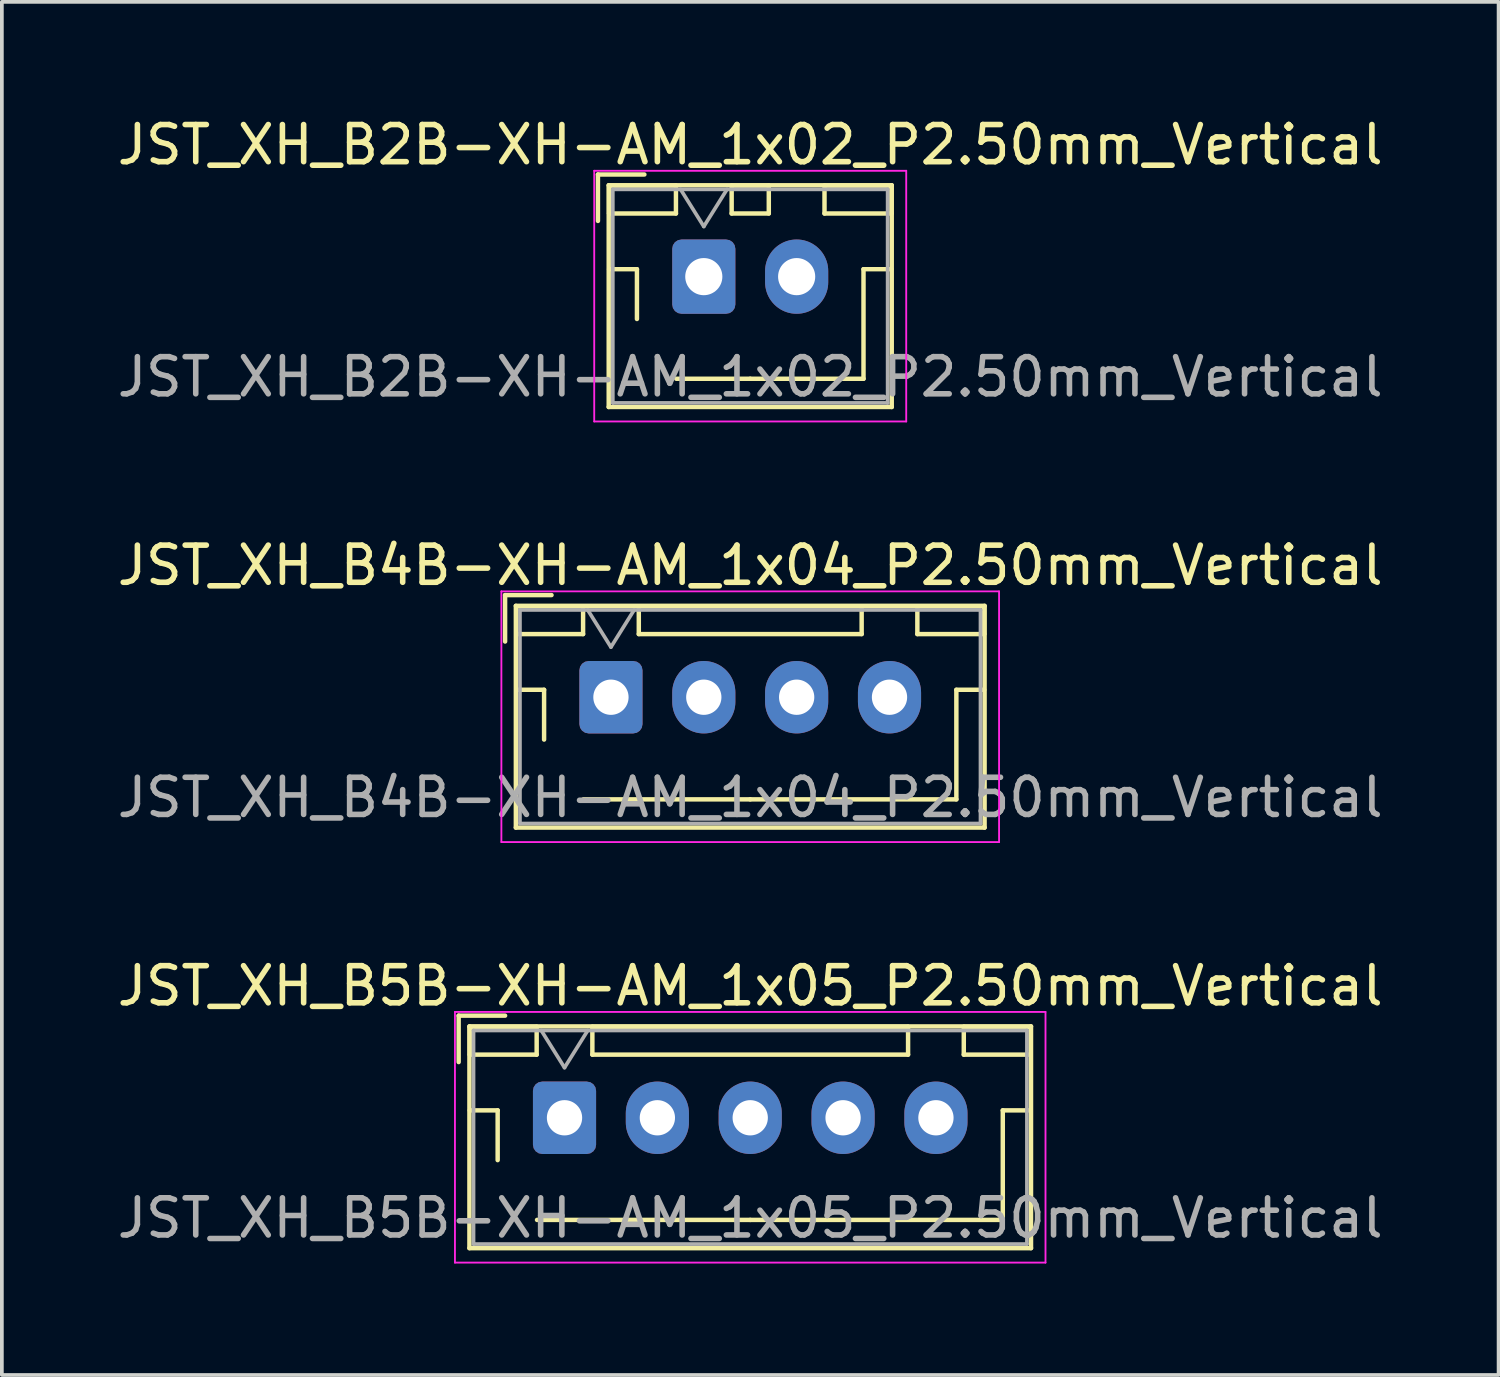
<source format=kicad_pcb>
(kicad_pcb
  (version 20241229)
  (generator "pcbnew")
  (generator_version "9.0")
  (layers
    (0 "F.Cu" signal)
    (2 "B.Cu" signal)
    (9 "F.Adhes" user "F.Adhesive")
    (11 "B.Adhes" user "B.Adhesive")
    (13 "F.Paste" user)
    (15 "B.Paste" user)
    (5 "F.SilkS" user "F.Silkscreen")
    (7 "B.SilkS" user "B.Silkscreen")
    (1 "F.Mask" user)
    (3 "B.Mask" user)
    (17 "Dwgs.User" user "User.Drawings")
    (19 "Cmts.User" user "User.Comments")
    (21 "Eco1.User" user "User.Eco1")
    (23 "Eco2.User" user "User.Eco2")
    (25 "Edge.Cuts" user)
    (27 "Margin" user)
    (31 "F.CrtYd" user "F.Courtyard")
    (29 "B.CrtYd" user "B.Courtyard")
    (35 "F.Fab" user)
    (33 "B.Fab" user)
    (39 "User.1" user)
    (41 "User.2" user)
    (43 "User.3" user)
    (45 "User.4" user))
  (footprint "JST_XH_B2B-XH-AM_1x02_P2.50mm_Vertical"
    (layer "F.Cu")
    (at 15.899 4.398)
    (property "Reference" "JST_XH_B2B-XH-AM_1x02_P2.50mm_Vertical" (at 1.25 -3.55 0) (layer "F.SilkS") (effects (font (size 1 1) (thickness 0.15))))
    (attr through_hole)
    (fp_line (start -2.85 -2.75) (end -2.85 -1.5) (stroke (width 0.12) (type solid)) (layer "F.SilkS"))
    (fp_line (start -2.56 -2.46) (end -2.56 3.51) (stroke (width 0.12) (type solid)) (layer "F.SilkS"))
    (fp_line (start -2.56 3.51) (end 5.06 3.51) (stroke (width 0.12) (type solid)) (layer "F.SilkS"))
    (fp_line (start -2.55 -2.45) (end -2.55 -1.7) (stroke (width 0.12) (type solid)) (layer "F.SilkS"))
    (fp_line (start -2.55 -1.7) (end -0.75 -1.7) (stroke (width 0.12) (type solid)) (layer "F.SilkS"))
    (fp_line (start -2.55 -0.2) (end -1.8 -0.2) (stroke (width 0.12) (type solid)) (layer "F.SilkS"))
    (fp_line (start -1.8 -0.2) (end -1.8 1.14) (stroke (width 0.12) (type solid)) (layer "F.SilkS"))
    (fp_line (start -1.6 -2.75) (end -2.85 -2.75) (stroke (width 0.12) (type solid)) (layer "F.SilkS"))
    (fp_line (start -0.75 -2.45) (end -2.55 -2.45) (stroke (width 0.12) (type solid)) (layer "F.SilkS"))
    (fp_line (start -0.75 -1.7) (end -0.75 -2.45) (stroke (width 0.12) (type solid)) (layer "F.SilkS"))
    (fp_line (start 0.75 -2.45) (end 0.75 -1.7) (stroke (width 0.12) (type solid)) (layer "F.SilkS"))
    (fp_line (start 0.75 -1.7) (end 1.75 -1.7) (stroke (width 0.12) (type solid)) (layer "F.SilkS"))
    (fp_line (start 1.25 2.75) (end -0.74 2.75) (stroke (width 0.12) (type solid)) (layer "F.SilkS"))
    (fp_line (start 1.75 -2.45) (end 0.75 -2.45) (stroke (width 0.12) (type solid)) (layer "F.SilkS"))
    (fp_line (start 1.75 -1.7) (end 1.75 -2.45) (stroke (width 0.12) (type solid)) (layer "F.SilkS"))
    (fp_line (start 3.25 -2.45) (end 3.25 -1.7) (stroke (width 0.12) (type solid)) (layer "F.SilkS"))
    (fp_line (start 3.25 -1.7) (end 5.05 -1.7) (stroke (width 0.12) (type solid)) (layer "F.SilkS"))
    (fp_line (start 4.3 -0.2) (end 4.3 2.75) (stroke (width 0.12) (type solid)) (layer "F.SilkS"))
    (fp_line (start 4.3 2.75) (end 1.25 2.75) (stroke (width 0.12) (type solid)) (layer "F.SilkS"))
    (fp_line (start 5.05 -2.45) (end 3.25 -2.45) (stroke (width 0.12) (type solid)) (layer "F.SilkS"))
    (fp_line (start 5.05 -1.7) (end 5.05 -2.45) (stroke (width 0.12) (type solid)) (layer "F.SilkS"))
    (fp_line (start 5.05 -0.2) (end 4.3 -0.2) (stroke (width 0.12) (type solid)) (layer "F.SilkS"))
    (fp_line (start 5.06 -2.46) (end -2.56 -2.46) (stroke (width 0.12) (type solid)) (layer "F.SilkS"))
    (fp_line (start 5.06 3.51) (end 5.06 -2.46) (stroke (width 0.12) (type solid)) (layer "F.SilkS"))
    (fp_line (start -2.95 -2.85) (end -2.95 3.9) (stroke (width 0.05) (type solid)) (layer "F.CrtYd"))
    (fp_line (start -2.95 3.9) (end 5.45 3.9) (stroke (width 0.05) (type solid)) (layer "F.CrtYd"))
    (fp_line (start 5.45 -2.85) (end -2.95 -2.85) (stroke (width 0.05) (type solid)) (layer "F.CrtYd"))
    (fp_line (start 5.45 3.9) (end 5.45 -2.85) (stroke (width 0.05) (type solid)) (layer "F.CrtYd"))
    (fp_line (start -2.45 -2.35) (end -2.45 3.4) (stroke (width 0.1) (type solid)) (layer "F.Fab"))
    (fp_line (start -2.45 3.4) (end 4.95 3.4) (stroke (width 0.1) (type solid)) (layer "F.Fab"))
    (fp_line (start -0.625 -2.35) (end 0 -1.35) (stroke (width 0.1) (type solid)) (layer "F.Fab"))
    (fp_line (start 0 -1.35) (end 0.625 -2.35) (stroke (width 0.1) (type solid)) (layer "F.Fab"))
    (fp_line (start 4.95 -2.35) (end -2.45 -2.35) (stroke (width 0.1) (type solid)) (layer "F.Fab"))
    (fp_line (start 4.95 3.4) (end 4.95 -2.35) (stroke (width 0.1) (type solid)) (layer "F.Fab"))
    (fp_text user "${REFERENCE}" (at 1.25 2.7 0) (layer "F.Fab") (effects (font (size 1 1) (thickness 0.15))))
    (pad "1" thru_hole roundrect (at 0 0) (size 1.7 2) (drill 1) (layers "*.Cu" "*.Mask") (roundrect_rratio 0.147))
    (pad "2" thru_hole oval (at 2.5 0) (size 1.7 2) (drill 1) (layers "*.Cu" "*.Mask")))
  (footprint "JST_XH_B4B-XH-AM_1x04_P2.50mm_Vertical"
    (layer "F.Cu")
    (at 13.399 15.722)
    (property "Reference" "JST_XH_B4B-XH-AM_1x04_P2.50mm_Vertical" (at 3.75 -3.55 0) (layer "F.SilkS") (effects (font (size 1 1) (thickness 0.15))))
    (attr through_hole)
    (fp_line (start -2.85 -2.75) (end -2.85 -1.5) (stroke (width 0.12) (type solid)) (layer "F.SilkS"))
    (fp_line (start -2.56 -2.46) (end -2.56 3.51) (stroke (width 0.12) (type solid)) (layer "F.SilkS"))
    (fp_line (start -2.56 3.51) (end 10.06 3.51) (stroke (width 0.12) (type solid)) (layer "F.SilkS"))
    (fp_line (start -2.55 -2.45) (end -2.55 -1.7) (stroke (width 0.12) (type solid)) (layer "F.SilkS"))
    (fp_line (start -2.55 -1.7) (end -0.75 -1.7) (stroke (width 0.12) (type solid)) (layer "F.SilkS"))
    (fp_line (start -2.55 -0.2) (end -1.8 -0.2) (stroke (width 0.12) (type solid)) (layer "F.SilkS"))
    (fp_line (start -1.8 -0.2) (end -1.8 1.14) (stroke (width 0.12) (type solid)) (layer "F.SilkS"))
    (fp_line (start -1.6 -2.75) (end -2.85 -2.75) (stroke (width 0.12) (type solid)) (layer "F.SilkS"))
    (fp_line (start -0.75 -2.45) (end -2.55 -2.45) (stroke (width 0.12) (type solid)) (layer "F.SilkS"))
    (fp_line (start -0.75 -1.7) (end -0.75 -2.45) (stroke (width 0.12) (type solid)) (layer "F.SilkS"))
    (fp_line (start 0.75 -2.45) (end 0.75 -1.7) (stroke (width 0.12) (type solid)) (layer "F.SilkS"))
    (fp_line (start 0.75 -1.7) (end 6.75 -1.7) (stroke (width 0.12) (type solid)) (layer "F.SilkS"))
    (fp_line (start 3.75 2.75) (end -0.74 2.75) (stroke (width 0.12) (type solid)) (layer "F.SilkS"))
    (fp_line (start 6.75 -2.45) (end 0.75 -2.45) (stroke (width 0.12) (type solid)) (layer "F.SilkS"))
    (fp_line (start 6.75 -1.7) (end 6.75 -2.45) (stroke (width 0.12) (type solid)) (layer "F.SilkS"))
    (fp_line (start 8.25 -2.45) (end 8.25 -1.7) (stroke (width 0.12) (type solid)) (layer "F.SilkS"))
    (fp_line (start 8.25 -1.7) (end 10.05 -1.7) (stroke (width 0.12) (type solid)) (layer "F.SilkS"))
    (fp_line (start 9.3 -0.2) (end 9.3 2.75) (stroke (width 0.12) (type solid)) (layer "F.SilkS"))
    (fp_line (start 9.3 2.75) (end 3.75 2.75) (stroke (width 0.12) (type solid)) (layer "F.SilkS"))
    (fp_line (start 10.05 -2.45) (end 8.25 -2.45) (stroke (width 0.12) (type solid)) (layer "F.SilkS"))
    (fp_line (start 10.05 -1.7) (end 10.05 -2.45) (stroke (width 0.12) (type solid)) (layer "F.SilkS"))
    (fp_line (start 10.05 -0.2) (end 9.3 -0.2) (stroke (width 0.12) (type solid)) (layer "F.SilkS"))
    (fp_line (start 10.06 -2.46) (end -2.56 -2.46) (stroke (width 0.12) (type solid)) (layer "F.SilkS"))
    (fp_line (start 10.06 3.51) (end 10.06 -2.46) (stroke (width 0.12) (type solid)) (layer "F.SilkS"))
    (fp_line (start -2.95 -2.85) (end -2.95 3.9) (stroke (width 0.05) (type solid)) (layer "F.CrtYd"))
    (fp_line (start -2.95 3.9) (end 10.45 3.9) (stroke (width 0.05) (type solid)) (layer "F.CrtYd"))
    (fp_line (start 10.45 -2.85) (end -2.95 -2.85) (stroke (width 0.05) (type solid)) (layer "F.CrtYd"))
    (fp_line (start 10.45 3.9) (end 10.45 -2.85) (stroke (width 0.05) (type solid)) (layer "F.CrtYd"))
    (fp_line (start -2.45 -2.35) (end -2.45 3.4) (stroke (width 0.1) (type solid)) (layer "F.Fab"))
    (fp_line (start -2.45 3.4) (end 9.95 3.4) (stroke (width 0.1) (type solid)) (layer "F.Fab"))
    (fp_line (start -0.625 -2.35) (end 0 -1.35) (stroke (width 0.1) (type solid)) (layer "F.Fab"))
    (fp_line (start 0 -1.35) (end 0.625 -2.35) (stroke (width 0.1) (type solid)) (layer "F.Fab"))
    (fp_line (start 9.95 -2.35) (end -2.45 -2.35) (stroke (width 0.1) (type solid)) (layer "F.Fab"))
    (fp_line (start 9.95 3.4) (end 9.95 -2.35) (stroke (width 0.1) (type solid)) (layer "F.Fab"))
    (fp_text user "${REFERENCE}" (at 3.75 2.7 0) (layer "F.Fab") (effects (font (size 1 1) (thickness 0.15))))
    (pad "1" thru_hole roundrect (at 0 0) (size 1.7 1.95) (drill 0.95) (layers "*.Cu" "*.Mask") (roundrect_rratio 0.147))
    (pad "2" thru_hole oval (at 2.5 0) (size 1.7 1.95) (drill 0.95) (layers "*.Cu" "*.Mask"))
    (pad "3" thru_hole oval (at 5 0) (size 1.7 1.95) (drill 0.95) (layers "*.Cu" "*.Mask"))
    (pad "4" thru_hole oval (at 7.5 0) (size 1.7 1.95) (drill 0.95) (layers "*.Cu" "*.Mask")))
  (footprint "JST_XH_B5B-XH-AM_1x05_P2.50mm_Vertical"
    (layer "F.Cu")
    (at 12.149 27.045)
    (property "Reference" "JST_XH_B5B-XH-AM_1x05_P2.50mm_Vertical" (at 5 -3.55 0) (layer "F.SilkS") (effects (font (size 1 1) (thickness 0.15))))
    (attr through_hole)
    (fp_line (start -2.85 -2.75) (end -2.85 -1.5) (stroke (width 0.12) (type solid)) (layer "F.SilkS"))
    (fp_line (start -2.56 -2.46) (end -2.56 3.51) (stroke (width 0.12) (type solid)) (layer "F.SilkS"))
    (fp_line (start -2.56 3.51) (end 12.56 3.51) (stroke (width 0.12) (type solid)) (layer "F.SilkS"))
    (fp_line (start -2.55 -2.45) (end -2.55 -1.7) (stroke (width 0.12) (type solid)) (layer "F.SilkS"))
    (fp_line (start -2.55 -1.7) (end -0.75 -1.7) (stroke (width 0.12) (type solid)) (layer "F.SilkS"))
    (fp_line (start -2.55 -0.2) (end -1.8 -0.2) (stroke (width 0.12) (type solid)) (layer "F.SilkS"))
    (fp_line (start -1.8 -0.2) (end -1.8 1.14) (stroke (width 0.12) (type solid)) (layer "F.SilkS"))
    (fp_line (start -1.6 -2.75) (end -2.85 -2.75) (stroke (width 0.12) (type solid)) (layer "F.SilkS"))
    (fp_line (start -0.75 -2.45) (end -2.55 -2.45) (stroke (width 0.12) (type solid)) (layer "F.SilkS"))
    (fp_line (start -0.75 -1.7) (end -0.75 -2.45) (stroke (width 0.12) (type solid)) (layer "F.SilkS"))
    (fp_line (start 0.75 -2.45) (end 0.75 -1.7) (stroke (width 0.12) (type solid)) (layer "F.SilkS"))
    (fp_line (start 0.75 -1.7) (end 9.25 -1.7) (stroke (width 0.12) (type solid)) (layer "F.SilkS"))
    (fp_line (start 5 2.75) (end -0.74 2.75) (stroke (width 0.12) (type solid)) (layer "F.SilkS"))
    (fp_line (start 9.25 -2.45) (end 0.75 -2.45) (stroke (width 0.12) (type solid)) (layer "F.SilkS"))
    (fp_line (start 9.25 -1.7) (end 9.25 -2.45) (stroke (width 0.12) (type solid)) (layer "F.SilkS"))
    (fp_line (start 10.75 -2.45) (end 10.75 -1.7) (stroke (width 0.12) (type solid)) (layer "F.SilkS"))
    (fp_line (start 10.75 -1.7) (end 12.55 -1.7) (stroke (width 0.12) (type solid)) (layer "F.SilkS"))
    (fp_line (start 11.8 -0.2) (end 11.8 2.75) (stroke (width 0.12) (type solid)) (layer "F.SilkS"))
    (fp_line (start 11.8 2.75) (end 5 2.75) (stroke (width 0.12) (type solid)) (layer "F.SilkS"))
    (fp_line (start 12.55 -2.45) (end 10.75 -2.45) (stroke (width 0.12) (type solid)) (layer "F.SilkS"))
    (fp_line (start 12.55 -1.7) (end 12.55 -2.45) (stroke (width 0.12) (type solid)) (layer "F.SilkS"))
    (fp_line (start 12.55 -0.2) (end 11.8 -0.2) (stroke (width 0.12) (type solid)) (layer "F.SilkS"))
    (fp_line (start 12.56 -2.46) (end -2.56 -2.46) (stroke (width 0.12) (type solid)) (layer "F.SilkS"))
    (fp_line (start 12.56 3.51) (end 12.56 -2.46) (stroke (width 0.12) (type solid)) (layer "F.SilkS"))
    (fp_line (start -2.95 -2.85) (end -2.95 3.9) (stroke (width 0.05) (type solid)) (layer "F.CrtYd"))
    (fp_line (start -2.95 3.9) (end 12.95 3.9) (stroke (width 0.05) (type solid)) (layer "F.CrtYd"))
    (fp_line (start 12.95 -2.85) (end -2.95 -2.85) (stroke (width 0.05) (type solid)) (layer "F.CrtYd"))
    (fp_line (start 12.95 3.9) (end 12.95 -2.85) (stroke (width 0.05) (type solid)) (layer "F.CrtYd"))
    (fp_line (start -2.45 -2.35) (end -2.45 3.4) (stroke (width 0.1) (type solid)) (layer "F.Fab"))
    (fp_line (start -2.45 3.4) (end 12.45 3.4) (stroke (width 0.1) (type solid)) (layer "F.Fab"))
    (fp_line (start -0.625 -2.35) (end 0 -1.35) (stroke (width 0.1) (type solid)) (layer "F.Fab"))
    (fp_line (start 0 -1.35) (end 0.625 -2.35) (stroke (width 0.1) (type solid)) (layer "F.Fab"))
    (fp_line (start 12.45 -2.35) (end -2.45 -2.35) (stroke (width 0.1) (type solid)) (layer "F.Fab"))
    (fp_line (start 12.45 3.4) (end 12.45 -2.35) (stroke (width 0.1) (type solid)) (layer "F.Fab"))
    (fp_text user "${REFERENCE}" (at 5 2.7 0) (layer "F.Fab") (effects (font (size 1 1) (thickness 0.15))))
    (pad "1" thru_hole roundrect (at 0 0) (size 1.7 1.95) (drill 0.95) (layers "*.Cu" "*.Mask") (roundrect_rratio 0.147))
    (pad "2" thru_hole oval (at 2.5 0) (size 1.7 1.95) (drill 0.95) (layers "*.Cu" "*.Mask"))
    (pad "3" thru_hole oval (at 5 0) (size 1.7 1.95) (drill 0.95) (layers "*.Cu" "*.Mask"))
    (pad "4" thru_hole oval (at 7.5 0) (size 1.7 1.95) (drill 0.95) (layers "*.Cu" "*.Mask"))
    (pad "5" thru_hole oval (at 10 0) (size 1.7 1.95) (drill 0.95) (layers "*.Cu" "*.Mask")))
  (gr_rect
    (start -3 -3)
    (end 37.298 33.97)
    (stroke (width 0.1) (type default))
    (fill no)
    (layer "Edge.Cuts")))
</source>
